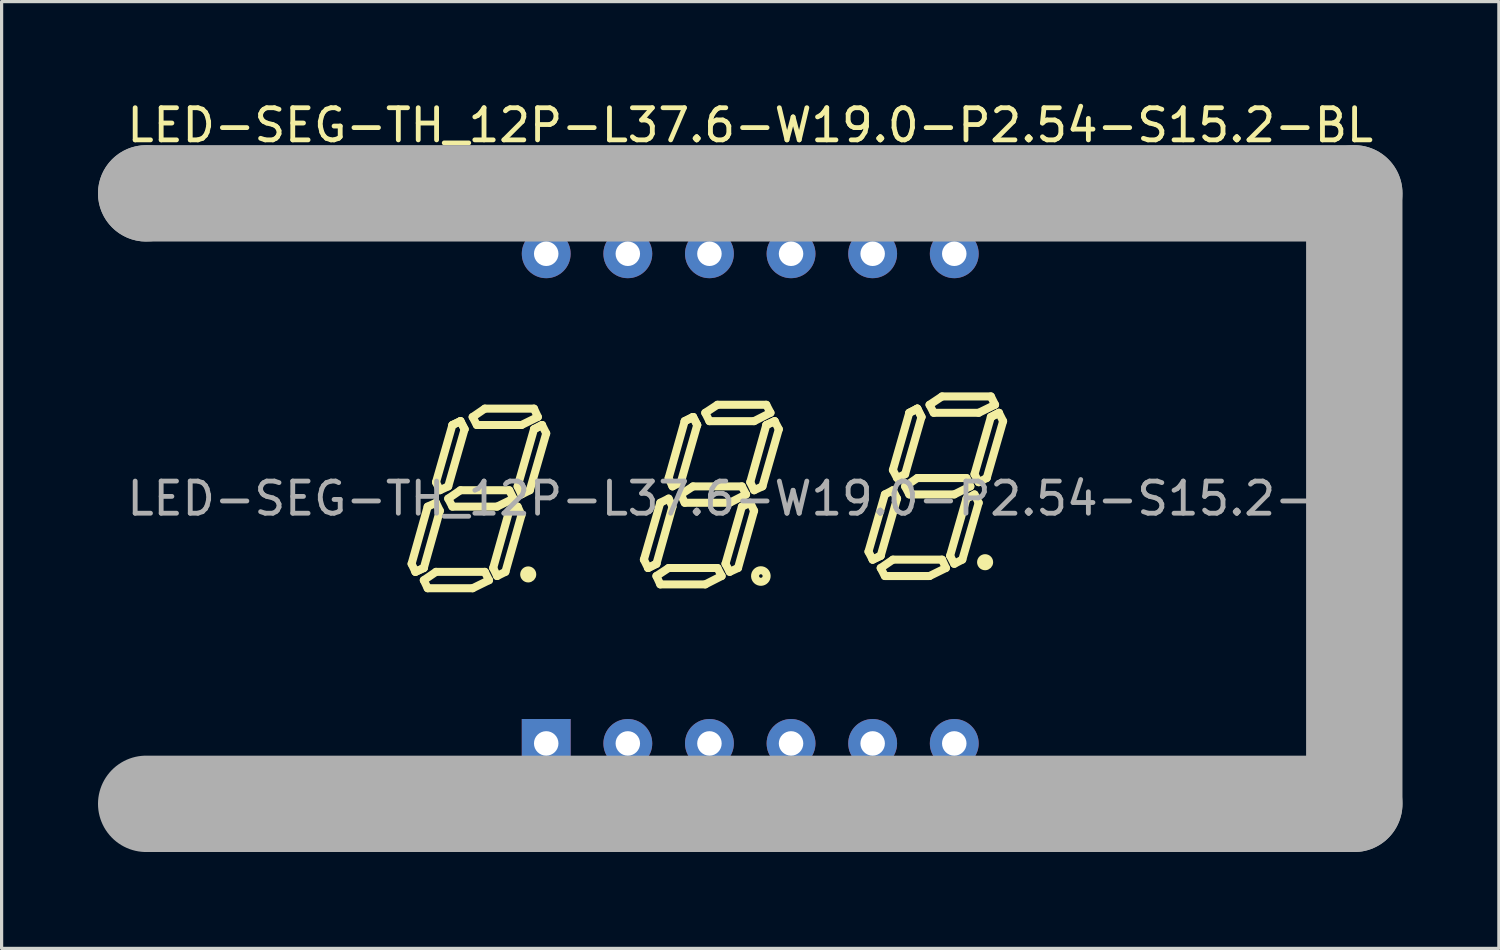
<source format=kicad_pcb>
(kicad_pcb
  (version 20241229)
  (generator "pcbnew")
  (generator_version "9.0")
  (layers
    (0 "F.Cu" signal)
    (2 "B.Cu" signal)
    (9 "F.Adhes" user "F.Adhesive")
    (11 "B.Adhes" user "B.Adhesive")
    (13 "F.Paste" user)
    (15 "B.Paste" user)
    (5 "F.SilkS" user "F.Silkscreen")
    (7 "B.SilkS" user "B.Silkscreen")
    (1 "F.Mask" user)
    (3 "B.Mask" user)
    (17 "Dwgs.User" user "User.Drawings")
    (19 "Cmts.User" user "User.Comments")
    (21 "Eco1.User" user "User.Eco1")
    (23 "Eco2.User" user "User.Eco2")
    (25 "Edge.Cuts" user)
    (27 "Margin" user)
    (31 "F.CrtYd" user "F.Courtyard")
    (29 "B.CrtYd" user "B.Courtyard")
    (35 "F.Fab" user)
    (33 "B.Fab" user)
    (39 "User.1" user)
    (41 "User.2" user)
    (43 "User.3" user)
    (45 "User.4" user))
  (footprint "LED-SEG-TH_12P-L37.6-W19.0-P2.54-S15.2-BL"
    (layer "F.Cu")
    (at 20.3 12.468)
    (property "Reference" "LED-SEG-TH_12P-L37.6-W19.0-P2.54-S15.2-BL" (at 0 -11.62 0) (layer "F.SilkS") (effects (font (size 1 1) (thickness 0.15))))
    (attr through_hole)
    (fp_line (start -10.54 2.03) (end -10.42 2.28) (stroke (width 0.25) (type solid)) (layer "F.SilkS"))
    (fp_line (start -10.42 2.28) (end -10.16 2.16) (stroke (width 0.25) (type solid)) (layer "F.SilkS"))
    (fp_line (start -10.42 2.28) (end -10.16 2.16) (stroke (width 0.25) (type solid)) (layer "F.SilkS"))
    (fp_line (start -10.16 2.16) (end -9.66 0.38) (stroke (width 0.25) (type solid)) (layer "F.SilkS"))
    (fp_line (start -10.16 2.54) (end -9.78 2.28) (stroke (width 0.25) (type solid)) (layer "F.SilkS"))
    (fp_line (start -10.04 0.25) (end -10.54 2.03) (stroke (width 0.25) (type solid)) (layer "F.SilkS"))
    (fp_line (start -10.04 2.79) (end -10.16 2.54) (stroke (width 0.25) (type solid)) (layer "F.SilkS"))
    (fp_line (start -9.78 -0.51) (end -9.66 -0.26) (stroke (width 0.25) (type solid)) (layer "F.SilkS"))
    (fp_line (start -9.78 0.13) (end -10.04 0.25) (stroke (width 0.25) (type solid)) (layer "F.SilkS"))
    (fp_line (start -9.78 2.28) (end -8.26 2.28) (stroke (width 0.25) (type solid)) (layer "F.SilkS"))
    (fp_line (start -9.66 -0.26) (end -9.4 -0.38) (stroke (width 0.25) (type solid)) (layer "F.SilkS"))
    (fp_line (start -9.66 0.38) (end -9.78 0.13) (stroke (width 0.25) (type solid)) (layer "F.SilkS"))
    (fp_line (start -9.4 -0.38) (end -8.89 -2.16) (stroke (width 0.25) (type solid)) (layer "F.SilkS"))
    (fp_line (start -9.4 0) (end -9.02 -0.26) (stroke (width 0.25) (type solid)) (layer "F.SilkS"))
    (fp_line (start -9.27 -2.29) (end -9.78 -0.51) (stroke (width 0.25) (type solid)) (layer "F.SilkS"))
    (fp_line (start -9.27 0.25) (end -9.4 0) (stroke (width 0.25) (type solid)) (layer "F.SilkS"))
    (fp_line (start -9.02 -2.41) (end -9.27 -2.29) (stroke (width 0.25) (type solid)) (layer "F.SilkS"))
    (fp_line (start -9.02 -2.41) (end -9.27 -2.29) (stroke (width 0.25) (type solid)) (layer "F.SilkS"))
    (fp_line (start -9.02 -0.26) (end -7.5 -0.26) (stroke (width 0.25) (type solid)) (layer "F.SilkS"))
    (fp_line (start -8.89 -2.16) (end -9.02 -2.41) (stroke (width 0.25) (type solid)) (layer "F.SilkS"))
    (fp_line (start -8.89 -2.16) (end -9.02 -2.41) (stroke (width 0.25) (type solid)) (layer "F.SilkS"))
    (fp_line (start -8.64 -2.54) (end -8.26 -2.8) (stroke (width 0.25) (type solid)) (layer "F.SilkS"))
    (fp_line (start -8.64 2.79) (end -10.04 2.79) (stroke (width 0.25) (type solid)) (layer "F.SilkS"))
    (fp_line (start -8.51 -2.29) (end -8.64 -2.54) (stroke (width 0.25) (type solid)) (layer "F.SilkS"))
    (fp_line (start -8.26 -2.8) (end -6.73 -2.8) (stroke (width 0.25) (type solid)) (layer "F.SilkS"))
    (fp_line (start -8.26 2.28) (end -8.13 2.54) (stroke (width 0.25) (type solid)) (layer "F.SilkS"))
    (fp_line (start -8.13 2.54) (end -8.64 2.79) (stroke (width 0.25) (type solid)) (layer "F.SilkS"))
    (fp_line (start -8 2.16) (end -7.88 2.41) (stroke (width 0.25) (type solid)) (layer "F.SilkS"))
    (fp_line (start -7.88 0.25) (end -9.27 0.25) (stroke (width 0.25) (type solid)) (layer "F.SilkS"))
    (fp_line (start -7.88 2.41) (end -7.62 2.28) (stroke (width 0.25) (type solid)) (layer "F.SilkS"))
    (fp_line (start -7.62 2.28) (end -7.12 0.51) (stroke (width 0.25) (type solid)) (layer "F.SilkS"))
    (fp_line (start -7.5 -0.26) (end -7.37 0) (stroke (width 0.25) (type solid)) (layer "F.SilkS"))
    (fp_line (start -7.5 0.38) (end -8 2.16) (stroke (width 0.25) (type solid)) (layer "F.SilkS"))
    (fp_line (start -7.37 0) (end -7.88 0.25) (stroke (width 0.25) (type solid)) (layer "F.SilkS"))
    (fp_line (start -7.24 -0.38) (end -7.12 -0.13) (stroke (width 0.25) (type solid)) (layer "F.SilkS"))
    (fp_line (start -7.24 0.25) (end -7.5 0.38) (stroke (width 0.25) (type solid)) (layer "F.SilkS"))
    (fp_line (start -7.12 -2.29) (end -8.51 -2.29) (stroke (width 0.25) (type solid)) (layer "F.SilkS"))
    (fp_line (start -7.12 -0.13) (end -6.86 -0.26) (stroke (width 0.25) (type solid)) (layer "F.SilkS"))
    (fp_line (start -7.12 0.51) (end -7.24 0.25) (stroke (width 0.25) (type solid)) (layer "F.SilkS"))
    (fp_line (start -6.86 -0.26) (end -6.35 -2.03) (stroke (width 0.25) (type solid)) (layer "F.SilkS"))
    (fp_line (start -6.73 -2.8) (end -6.61 -2.54) (stroke (width 0.25) (type solid)) (layer "F.SilkS"))
    (fp_line (start -6.73 -2.16) (end -7.24 -0.38) (stroke (width 0.25) (type solid)) (layer "F.SilkS"))
    (fp_line (start -6.73 -2.16) (end -6.48 -2.29) (stroke (width 0.25) (type solid)) (layer "F.SilkS"))
    (fp_line (start -6.61 -2.54) (end -7.12 -2.29) (stroke (width 0.25) (type solid)) (layer "F.SilkS"))
    (fp_line (start -6.48 -2.29) (end -6.73 -2.16) (stroke (width 0.25) (type solid)) (layer "F.SilkS"))
    (fp_line (start -6.35 -2.03) (end -6.48 -2.29) (stroke (width 0.25) (type solid)) (layer "F.SilkS"))
    (fp_line (start -3.31 1.9) (end -3.18 2.16) (stroke (width 0.25) (type solid)) (layer "F.SilkS"))
    (fp_line (start -3.18 2.16) (end -2.92 2.03) (stroke (width 0.25) (type solid)) (layer "F.SilkS"))
    (fp_line (start -3.18 2.16) (end -2.92 2.03) (stroke (width 0.25) (type solid)) (layer "F.SilkS"))
    (fp_line (start -2.92 2.03) (end -2.42 0.25) (stroke (width 0.25) (type solid)) (layer "F.SilkS"))
    (fp_line (start -2.92 2.41) (end -2.54 2.16) (stroke (width 0.25) (type solid)) (layer "F.SilkS"))
    (fp_line (start -2.8 0.13) (end -3.31 1.9) (stroke (width 0.25) (type solid)) (layer "F.SilkS"))
    (fp_line (start -2.8 2.67) (end -2.92 2.41) (stroke (width 0.25) (type solid)) (layer "F.SilkS"))
    (fp_line (start -2.54 -0.64) (end -2.42 -0.38) (stroke (width 0.25) (type solid)) (layer "F.SilkS"))
    (fp_line (start -2.54 0) (end -2.8 0.13) (stroke (width 0.25) (type solid)) (layer "F.SilkS"))
    (fp_line (start -2.54 2.16) (end -1.02 2.16) (stroke (width 0.25) (type solid)) (layer "F.SilkS"))
    (fp_line (start -2.42 -0.38) (end -2.16 -0.51) (stroke (width 0.25) (type solid)) (layer "F.SilkS"))
    (fp_line (start -2.42 0.25) (end -2.54 0) (stroke (width 0.25) (type solid)) (layer "F.SilkS"))
    (fp_line (start -2.16 -0.51) (end -1.65 -2.29) (stroke (width 0.25) (type solid)) (layer "F.SilkS"))
    (fp_line (start -2.16 -0.13) (end -1.78 -0.38) (stroke (width 0.25) (type solid)) (layer "F.SilkS"))
    (fp_line (start -2.04 -2.41) (end -2.54 -0.64) (stroke (width 0.25) (type solid)) (layer "F.SilkS"))
    (fp_line (start -2.04 -2.41) (end -1.78 -2.54) (stroke (width 0.25) (type solid)) (layer "F.SilkS"))
    (fp_line (start -2.04 0.13) (end -2.16 -0.13) (stroke (width 0.25) (type solid)) (layer "F.SilkS"))
    (fp_line (start -1.78 -2.54) (end -2.04 -2.41) (stroke (width 0.25) (type solid)) (layer "F.SilkS"))
    (fp_line (start -1.78 -2.54) (end -1.65 -2.29) (stroke (width 0.25) (type solid)) (layer "F.SilkS"))
    (fp_line (start -1.78 -0.38) (end -0.26 -0.38) (stroke (width 0.25) (type solid)) (layer "F.SilkS"))
    (fp_line (start -1.65 -2.29) (end -1.78 -2.54) (stroke (width 0.25) (type solid)) (layer "F.SilkS"))
    (fp_line (start -1.4 -2.67) (end -1.02 -2.92) (stroke (width 0.25) (type solid)) (layer "F.SilkS"))
    (fp_line (start -1.4 2.67) (end -2.8 2.67) (stroke (width 0.25) (type solid)) (layer "F.SilkS"))
    (fp_line (start -1.27 -2.41) (end -1.4 -2.67) (stroke (width 0.25) (type solid)) (layer "F.SilkS"))
    (fp_line (start -1.02 -2.92) (end 0.5 -2.92) (stroke (width 0.25) (type solid)) (layer "F.SilkS"))
    (fp_line (start -1.02 2.16) (end -0.89 2.41) (stroke (width 0.25) (type solid)) (layer "F.SilkS"))
    (fp_line (start -0.89 2.41) (end -1.4 2.67) (stroke (width 0.25) (type solid)) (layer "F.SilkS"))
    (fp_line (start -0.77 2.03) (end -0.64 2.28) (stroke (width 0.25) (type solid)) (layer "F.SilkS"))
    (fp_line (start -0.64 0.13) (end -2.04 0.13) (stroke (width 0.25) (type solid)) (layer "F.SilkS"))
    (fp_line (start -0.64 2.28) (end -0.38 2.16) (stroke (width 0.25) (type solid)) (layer "F.SilkS"))
    (fp_line (start -0.38 2.16) (end 0.12 0.38) (stroke (width 0.25) (type solid)) (layer "F.SilkS"))
    (fp_line (start -0.26 -0.38) (end -0.13 -0.13) (stroke (width 0.25) (type solid)) (layer "F.SilkS"))
    (fp_line (start -0.26 0.25) (end -0.77 2.03) (stroke (width 0.25) (type solid)) (layer "F.SilkS"))
    (fp_line (start -0.13 -0.13) (end -0.64 0.13) (stroke (width 0.25) (type solid)) (layer "F.SilkS"))
    (fp_line (start 0 -0.51) (end 0.5 -2.29) (stroke (width 0.25) (type solid)) (layer "F.SilkS"))
    (fp_line (start 0 0.13) (end -0.26 0.25) (stroke (width 0.25) (type solid)) (layer "F.SilkS"))
    (fp_line (start 0.12 -2.41) (end -1.27 -2.41) (stroke (width 0.25) (type solid)) (layer "F.SilkS"))
    (fp_line (start 0.12 -0.26) (end 0 -0.51) (stroke (width 0.25) (type solid)) (layer "F.SilkS"))
    (fp_line (start 0.12 0.38) (end 0 0.13) (stroke (width 0.25) (type solid)) (layer "F.SilkS"))
    (fp_line (start 0.38 -0.38) (end 0.12 -0.26) (stroke (width 0.25) (type solid)) (layer "F.SilkS"))
    (fp_line (start 0.5 -2.92) (end 0.63 -2.67) (stroke (width 0.25) (type solid)) (layer "F.SilkS"))
    (fp_line (start 0.5 -2.29) (end 0.76 -2.41) (stroke (width 0.25) (type solid)) (layer "F.SilkS"))
    (fp_line (start 0.63 -2.67) (end 0.12 -2.41) (stroke (width 0.25) (type solid)) (layer "F.SilkS"))
    (fp_line (start 0.76 -2.41) (end 0.5 -2.29) (stroke (width 0.25) (type solid)) (layer "F.SilkS"))
    (fp_line (start 0.76 -2.41) (end 0.89 -2.16) (stroke (width 0.25) (type solid)) (layer "F.SilkS"))
    (fp_line (start 0.89 -2.16) (end 0.38 -0.38) (stroke (width 0.25) (type solid)) (layer "F.SilkS"))
    (fp_line (start 3.68 1.65) (end 3.81 1.9) (stroke (width 0.25) (type solid)) (layer "F.SilkS"))
    (fp_line (start 3.81 1.9) (end 4.06 1.78) (stroke (width 0.25) (type solid)) (layer "F.SilkS"))
    (fp_line (start 3.81 1.9) (end 4.06 1.78) (stroke (width 0.25) (type solid)) (layer "F.SilkS"))
    (fp_line (start 4.06 1.78) (end 4.57 0) (stroke (width 0.25) (type solid)) (layer "F.SilkS"))
    (fp_line (start 4.06 2.16) (end 4.44 1.9) (stroke (width 0.25) (type solid)) (layer "F.SilkS"))
    (fp_line (start 4.19 -0.13) (end 3.68 1.65) (stroke (width 0.25) (type solid)) (layer "F.SilkS"))
    (fp_line (start 4.19 2.41) (end 4.06 2.16) (stroke (width 0.25) (type solid)) (layer "F.SilkS"))
    (fp_line (start 4.44 -0.89) (end 4.57 -0.64) (stroke (width 0.25) (type solid)) (layer "F.SilkS"))
    (fp_line (start 4.44 -0.26) (end 4.19 -0.13) (stroke (width 0.25) (type solid)) (layer "F.SilkS"))
    (fp_line (start 4.44 1.9) (end 5.97 1.9) (stroke (width 0.25) (type solid)) (layer "F.SilkS"))
    (fp_line (start 4.57 -0.64) (end 4.82 -0.76) (stroke (width 0.25) (type solid)) (layer "F.SilkS"))
    (fp_line (start 4.57 0) (end 4.44 -0.26) (stroke (width 0.25) (type solid)) (layer "F.SilkS"))
    (fp_line (start 4.82 -0.76) (end 5.33 -2.54) (stroke (width 0.25) (type solid)) (layer "F.SilkS"))
    (fp_line (start 4.82 -0.38) (end 5.2 -0.64) (stroke (width 0.25) (type solid)) (layer "F.SilkS"))
    (fp_line (start 4.95 -2.67) (end 4.44 -0.89) (stroke (width 0.25) (type solid)) (layer "F.SilkS"))
    (fp_line (start 4.95 -0.13) (end 4.82 -0.38) (stroke (width 0.25) (type solid)) (layer "F.SilkS"))
    (fp_line (start 5.2 -2.8) (end 4.95 -2.67) (stroke (width 0.25) (type solid)) (layer "F.SilkS"))
    (fp_line (start 5.2 -2.8) (end 4.95 -2.67) (stroke (width 0.25) (type solid)) (layer "F.SilkS"))
    (fp_line (start 5.2 -0.64) (end 6.73 -0.64) (stroke (width 0.25) (type solid)) (layer "F.SilkS"))
    (fp_line (start 5.33 -2.54) (end 5.2 -2.8) (stroke (width 0.25) (type solid)) (layer "F.SilkS"))
    (fp_line (start 5.33 -2.54) (end 5.2 -2.8) (stroke (width 0.25) (type solid)) (layer "F.SilkS"))
    (fp_line (start 5.58 -2.92) (end 5.97 -3.18) (stroke (width 0.25) (type solid)) (layer "F.SilkS"))
    (fp_line (start 5.58 2.41) (end 4.19 2.41) (stroke (width 0.25) (type solid)) (layer "F.SilkS"))
    (fp_line (start 5.71 -2.67) (end 5.58 -2.92) (stroke (width 0.25) (type solid)) (layer "F.SilkS"))
    (fp_line (start 5.97 -3.18) (end 7.49 -3.18) (stroke (width 0.25) (type solid)) (layer "F.SilkS"))
    (fp_line (start 5.97 1.9) (end 6.09 2.16) (stroke (width 0.25) (type solid)) (layer "F.SilkS"))
    (fp_line (start 6.09 2.16) (end 5.58 2.41) (stroke (width 0.25) (type solid)) (layer "F.SilkS"))
    (fp_line (start 6.22 1.78) (end 6.35 2.03) (stroke (width 0.25) (type solid)) (layer "F.SilkS"))
    (fp_line (start 6.35 -0.13) (end 4.95 -0.13) (stroke (width 0.25) (type solid)) (layer "F.SilkS"))
    (fp_line (start 6.35 2.03) (end 6.6 1.9) (stroke (width 0.25) (type solid)) (layer "F.SilkS"))
    (fp_line (start 6.6 1.9) (end 7.11 0.13) (stroke (width 0.25) (type solid)) (layer "F.SilkS"))
    (fp_line (start 6.73 -0.64) (end 6.85 -0.38) (stroke (width 0.25) (type solid)) (layer "F.SilkS"))
    (fp_line (start 6.73 0) (end 6.22 1.78) (stroke (width 0.25) (type solid)) (layer "F.SilkS"))
    (fp_line (start 6.85 -0.38) (end 6.35 -0.13) (stroke (width 0.25) (type solid)) (layer "F.SilkS"))
    (fp_line (start 6.98 -0.76) (end 7.11 -0.51) (stroke (width 0.25) (type solid)) (layer "F.SilkS"))
    (fp_line (start 6.98 -0.13) (end 6.73 0) (stroke (width 0.25) (type solid)) (layer "F.SilkS"))
    (fp_line (start 7.11 -2.67) (end 5.71 -2.67) (stroke (width 0.25) (type solid)) (layer "F.SilkS"))
    (fp_line (start 7.11 -0.51) (end 7.36 -0.64) (stroke (width 0.25) (type solid)) (layer "F.SilkS"))
    (fp_line (start 7.11 0.13) (end 6.98 -0.13) (stroke (width 0.25) (type solid)) (layer "F.SilkS"))
    (fp_line (start 7.36 -0.64) (end 7.87 -2.41) (stroke (width 0.25) (type solid)) (layer "F.SilkS"))
    (fp_line (start 7.49 -3.18) (end 7.62 -2.92) (stroke (width 0.25) (type solid)) (layer "F.SilkS"))
    (fp_line (start 7.49 -2.54) (end 6.98 -0.76) (stroke (width 0.25) (type solid)) (layer "F.SilkS"))
    (fp_line (start 7.49 -2.54) (end 7.74 -2.67) (stroke (width 0.25) (type solid)) (layer "F.SilkS"))
    (fp_line (start 7.62 -2.92) (end 7.11 -2.67) (stroke (width 0.25) (type solid)) (layer "F.SilkS"))
    (fp_line (start 7.74 -2.67) (end 7.49 -2.54) (stroke (width 0.25) (type solid)) (layer "F.SilkS"))
    (fp_line (start 7.87 -2.41) (end 7.74 -2.67) (stroke (width 0.25) (type solid)) (layer "F.SilkS"))
    (fp_arc (start -6.91 2.36) (mid -6.91 2.36) (end -6.91 2.36) (stroke (width 0.25) (type solid)) (layer "F.SilkS"))
    (fp_arc (start 0.33 2.23) (mid 0.334994 2.589931) (end 0.320015 2.230277) (stroke (width 0.25) (type solid)) (layer "F.SilkS"))
    (fp_arc (start 7.31 1.98) (mid 7.31 1.98) (end 7.31 1.98) (stroke (width 0.25) (type solid)) (layer "F.SilkS"))
    (fp_line (start -18.8 -9.5) (end -18.8 -9.5) (stroke (width 3) (type solid)) (layer "F.Fab"))
    (fp_line (start -18.8 -9.5) (end 18.8 -9.5) (stroke (width 3) (type solid)) (layer "F.Fab"))
    (fp_line (start 18.8 -9.5) (end 18.8 9.5) (stroke (width 3) (type solid)) (layer "F.Fab"))
    (fp_line (start 18.8 9.5) (end -18.8 9.5) (stroke (width 3) (type solid)) (layer "F.Fab"))
    (fp_circle (center -18.8 9.5) (end -18.77 9.5) (stroke (width 0.06) (type solid)) (fill no) (layer "F.Fab"))
    (fp_circle (center -6.35 -7.62) (end -6.21 -7.62) (stroke (width 0.28) (type solid)) (fill no) (layer "F.Fab"))
    (fp_circle (center -6.35 7.62) (end -6.21 7.62) (stroke (width 0.28) (type solid)) (fill no) (layer "F.Fab"))
    (fp_circle (center -3.81 -7.62) (end -3.67 -7.62) (stroke (width 0.28) (type solid)) (fill no) (layer "F.Fab"))
    (fp_circle (center -3.81 7.62) (end -3.67 7.62) (stroke (width 0.28) (type solid)) (fill no) (layer "F.Fab"))
    (fp_circle (center -1.27 -7.62) (end -1.13 -7.62) (stroke (width 0.28) (type solid)) (fill no) (layer "F.Fab"))
    (fp_circle (center -1.27 7.62) (end -1.13 7.62) (stroke (width 0.28) (type solid)) (fill no) (layer "F.Fab"))
    (fp_circle (center 1.27 -7.62) (end 1.41 -7.62) (stroke (width 0.28) (type solid)) (fill no) (layer "F.Fab"))
    (fp_circle (center 1.27 7.62) (end 1.41 7.62) (stroke (width 0.28) (type solid)) (fill no) (layer "F.Fab"))
    (fp_circle (center 3.81 -7.62) (end 3.95 -7.62) (stroke (width 0.28) (type solid)) (fill no) (layer "F.Fab"))
    (fp_circle (center 3.81 7.62) (end 3.95 7.62) (stroke (width 0.28) (type solid)) (fill no) (layer "F.Fab"))
    (fp_circle (center 6.35 -7.62) (end 6.49 -7.62) (stroke (width 0.28) (type solid)) (fill no) (layer "F.Fab"))
    (fp_circle (center 6.35 7.62) (end 6.49 7.62) (stroke (width 0.28) (type solid)) (fill no) (layer "F.Fab"))
    (fp_text user "${REFERENCE}" (at 0 0 0) (layer "F.Fab") (effects (font (size 1 1) (thickness 0.15))))
    (pad "1" thru_hole rect (at -6.35 7.62) (size 1.52 1.52) (drill 0.762) (layers "*.Cu" "*.Paste" "*.Mask"))
    (pad "2" thru_hole circle (at -3.81 7.62) (size 1.52 1.52) (drill 0.762) (layers "*.Cu" "*.Paste" "*.Mask"))
    (pad "3" thru_hole circle (at -1.27 7.62) (size 1.52 1.52) (drill 0.762) (layers "*.Cu" "*.Paste" "*.Mask"))
    (pad "4" thru_hole circle (at 1.27 7.62) (size 1.52 1.52) (drill 0.762) (layers "*.Cu" "*.Paste" "*.Mask"))
    (pad "5" thru_hole circle (at 3.81 7.62) (size 1.52 1.52) (drill 0.762) (layers "*.Cu" "*.Paste" "*.Mask"))
    (pad "6" thru_hole circle (at 6.35 7.62) (size 1.52 1.52) (drill 0.762) (layers "*.Cu" "*.Paste" "*.Mask"))
    (pad "7" thru_hole circle (at 6.35 -7.62) (size 1.52 1.52) (drill 0.762) (layers "*.Cu" "*.Paste" "*.Mask"))
    (pad "8" thru_hole circle (at 3.81 -7.62) (size 1.52 1.52) (drill 0.762) (layers "*.Cu" "*.Paste" "*.Mask"))
    (pad "9" thru_hole circle (at 1.27 -7.62) (size 1.52 1.52) (drill 0.762) (layers "*.Cu" "*.Paste" "*.Mask"))
    (pad "10" thru_hole circle (at -1.27 -7.62) (size 1.52 1.52) (drill 0.762) (layers "*.Cu" "*.Paste" "*.Mask"))
    (pad "11" thru_hole circle (at -3.81 -7.62) (size 1.52 1.52) (drill 0.762) (layers "*.Cu" "*.Paste" "*.Mask"))
    (pad "12" thru_hole circle (at -6.35 -7.62) (size 1.52 1.52) (drill 0.762) (layers "*.Cu" "*.Paste" "*.Mask")))
  (gr_rect
    (start -3 -3)
    (end 43.6 26.468)
    (stroke (width 0.1) (type default))
    (fill no)
    (layer "Edge.Cuts")))
</source>
